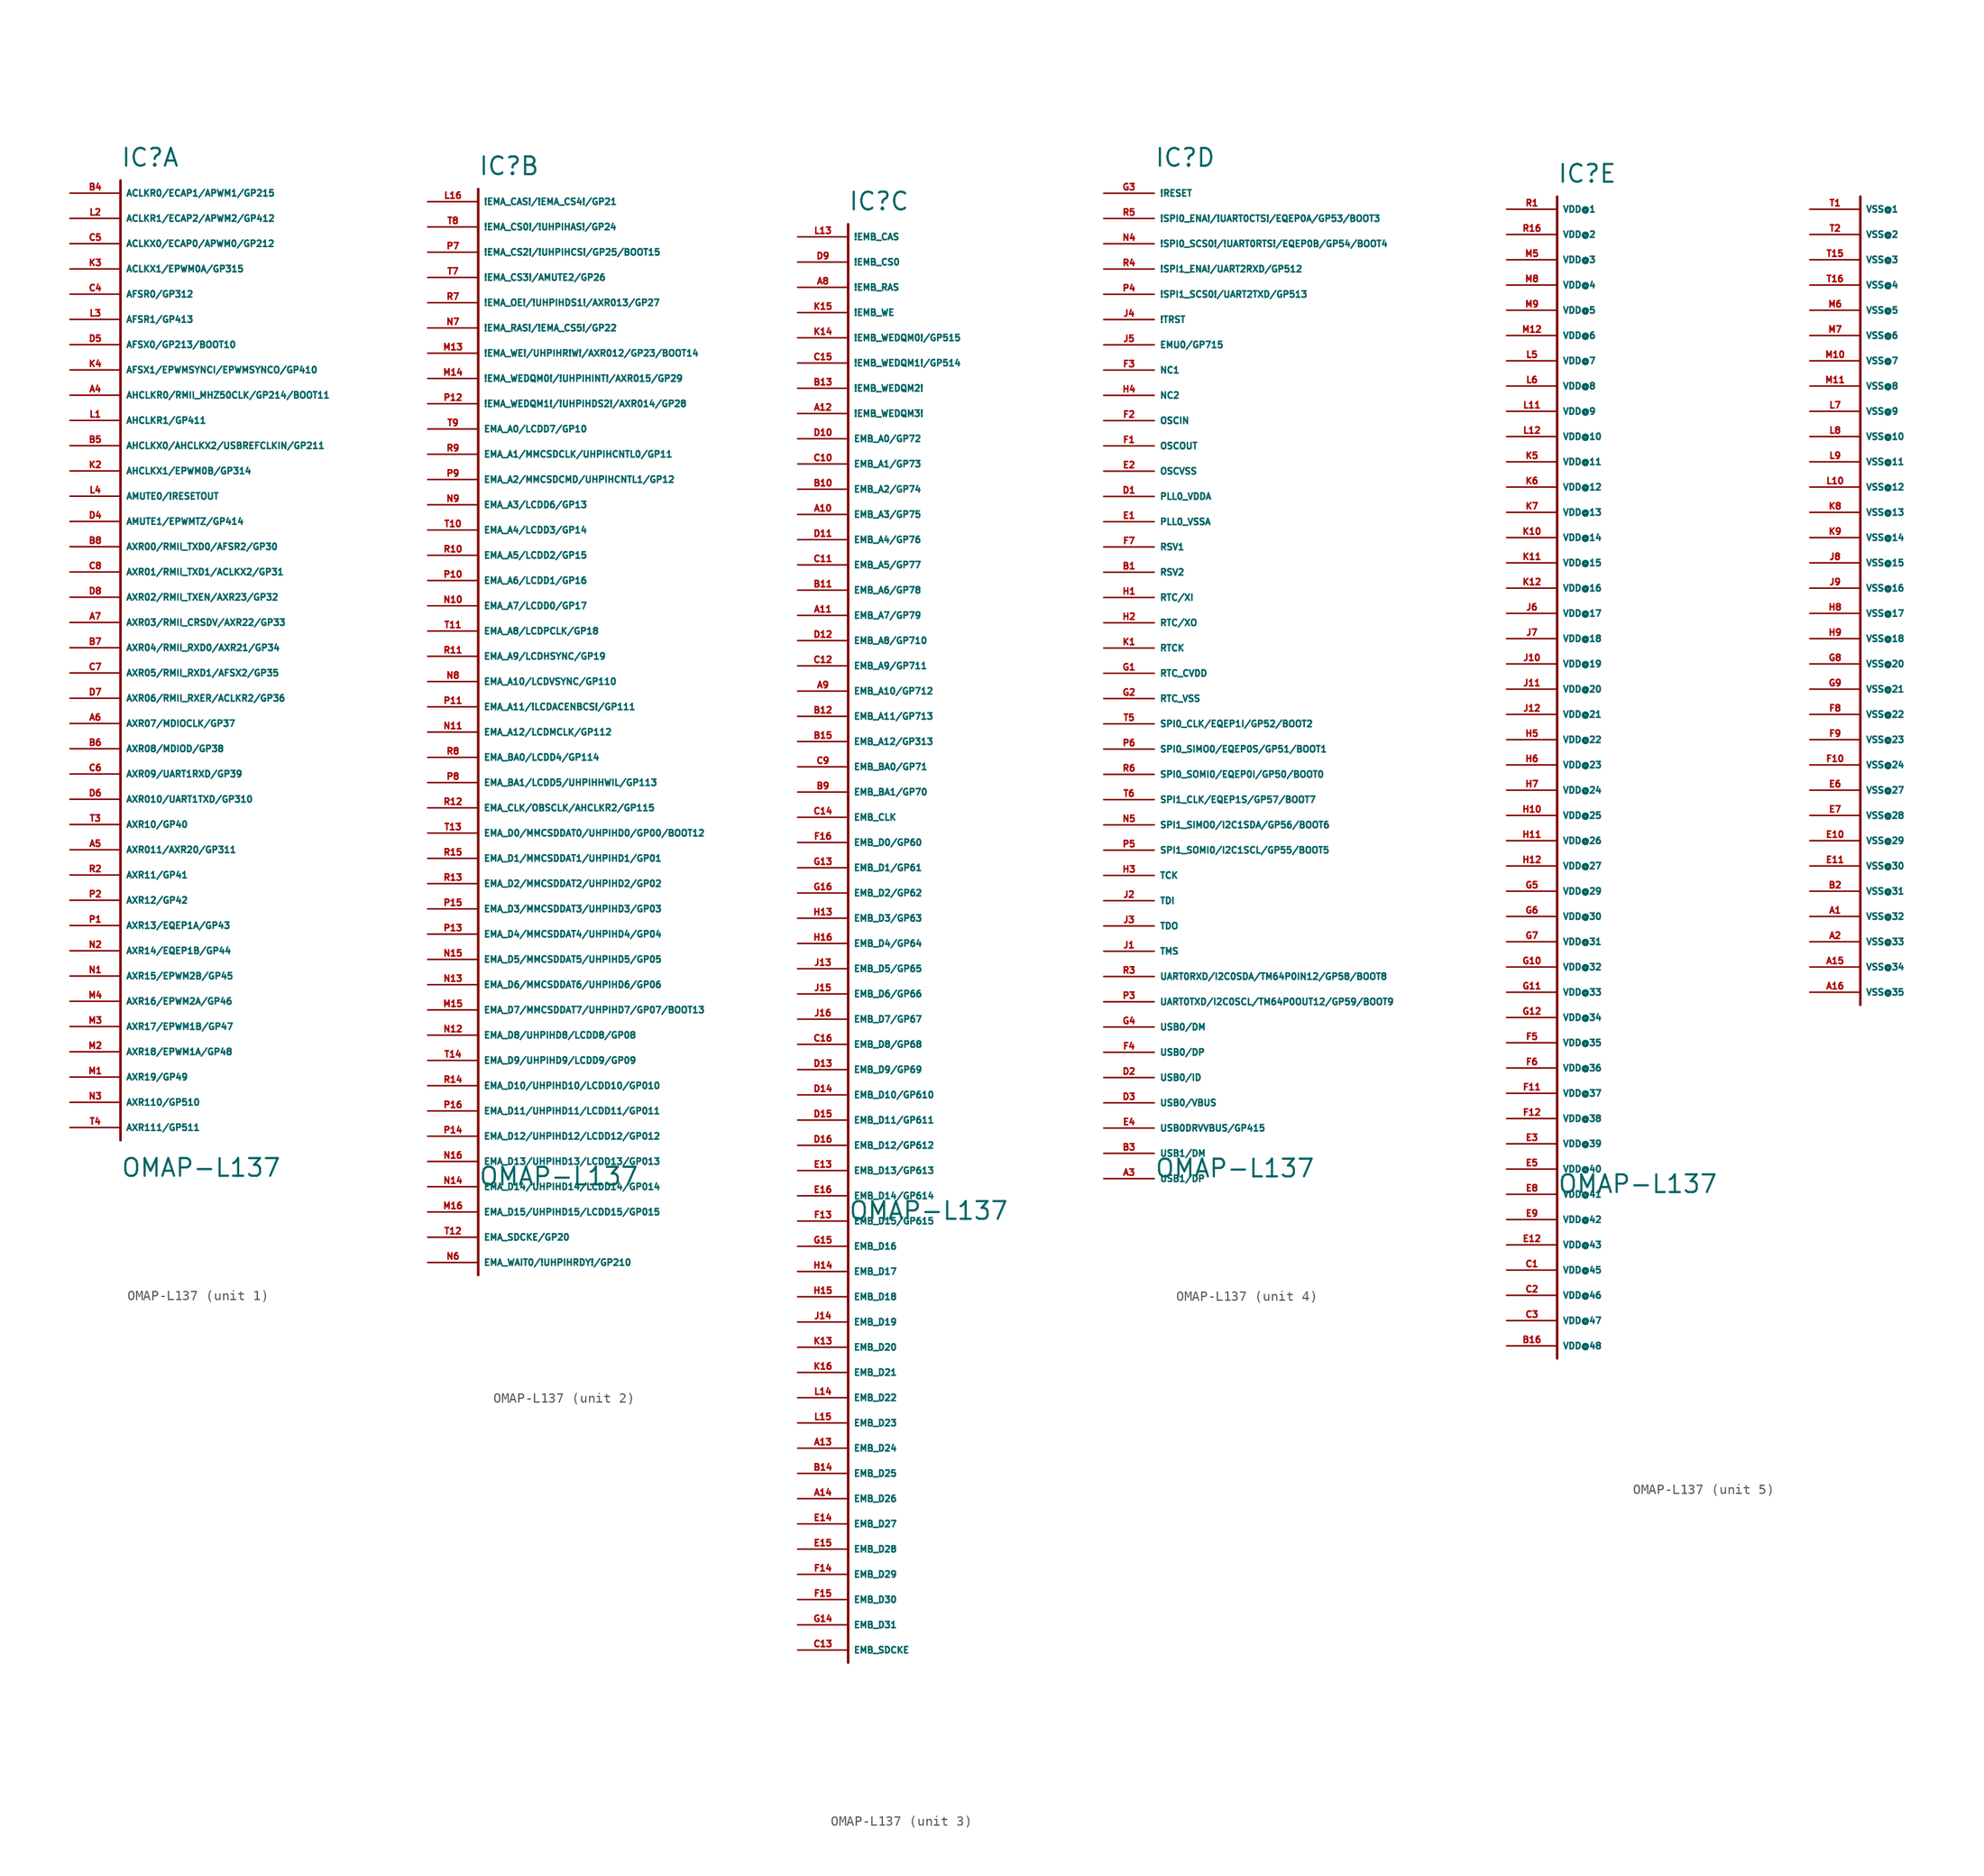
<source format=kicad_sym>
(kicad_symbol_lib
  (version 20220914)
  (generator Eagle2Kicad)
  (symbol "OMAP-L137"
    (property "Reference" "IC"
      (at 0 2.54 0)
      (effects (font (size 1.778 1.778) (thickness 0.22)) (justify left bottom)))
    (property "Value" "OMAP-L137"
      (at 0 -99.06 0)
      (effects (font (size 1.778 1.778) (thickness 0.22)) (justify left bottom)))
    (symbol "OMAP-L137_1_0"
      (polyline (pts (xy 0 1.27) (xy 0 -95.25)) (stroke (width 0.254) (type default)) (fill (type none)))
      (pin bidirectional line (at -5.08 0 0) (length 5.08) (name "ACLKR0/ECAP1/APWM1/GP215" (effects (font (size 0.635 0.635) (thickness 0.08)) (justify left bottom))) (number "B4" (effects (font (size 0.635 0.635) (thickness 0.08)) (justify left bottom))))
      (pin bidirectional line (at -5.08 -2.54 0) (length 5.08) (name "ACLKR1/ECAP2/APWM2/GP412" (effects (font (size 0.635 0.635) (thickness 0.08)) (justify left bottom))) (number "L2" (effects (font (size 0.635 0.635) (thickness 0.08)) (justify left bottom))))
      (pin bidirectional line (at -5.08 -5.08 0) (length 5.08) (name "ACLKX0/ECAP0/APWM0/GP212" (effects (font (size 0.635 0.635) (thickness 0.08)) (justify left bottom))) (number "C5" (effects (font (size 0.635 0.635) (thickness 0.08)) (justify left bottom))))
      (pin bidirectional line (at -5.08 -7.62 0) (length 5.08) (name "ACLKX1/EPWM0A/GP315" (effects (font (size 0.635 0.635) (thickness 0.08)) (justify left bottom))) (number "K3" (effects (font (size 0.635 0.635) (thickness 0.08)) (justify left bottom))))
      (pin bidirectional line (at -5.08 -10.16 0) (length 5.08) (name "AFSR0/GP312" (effects (font (size 0.635 0.635) (thickness 0.08)) (justify left bottom))) (number "C4" (effects (font (size 0.635 0.635) (thickness 0.08)) (justify left bottom))))
      (pin bidirectional line (at -5.08 -12.7 0) (length 5.08) (name "AFSR1/GP413" (effects (font (size 0.635 0.635) (thickness 0.08)) (justify left bottom))) (number "L3" (effects (font (size 0.635 0.635) (thickness 0.08)) (justify left bottom))))
      (pin bidirectional line (at -5.08 -15.24 0) (length 5.08) (name "AFSX0/GP213/BOOT10" (effects (font (size 0.635 0.635) (thickness 0.08)) (justify left bottom))) (number "D5" (effects (font (size 0.635 0.635) (thickness 0.08)) (justify left bottom))))
      (pin bidirectional line (at -5.08 -17.78 0) (length 5.08) (name "AFSX1/EPWMSYNCI/EPWMSYNCO/GP410" (effects (font (size 0.635 0.635) (thickness 0.08)) (justify left bottom))) (number "K4" (effects (font (size 0.635 0.635) (thickness 0.08)) (justify left bottom))))
      (pin bidirectional line (at -5.08 -20.32 0) (length 5.08) (name "AHCLKR0/RMII_MHZ50CLK/GP214/BOOT11" (effects (font (size 0.635 0.635) (thickness 0.08)) (justify left bottom))) (number "A4" (effects (font (size 0.635 0.635) (thickness 0.08)) (justify left bottom))))
      (pin bidirectional line (at -5.08 -22.86 0) (length 5.08) (name "AHCLKR1/GP411" (effects (font (size 0.635 0.635) (thickness 0.08)) (justify left bottom))) (number "L1" (effects (font (size 0.635 0.635) (thickness 0.08)) (justify left bottom))))
      (pin bidirectional line (at -5.08 -25.4 0) (length 5.08) (name "AHCLKX0/AHCLKX2/USBREFCLKIN/GP211" (effects (font (size 0.635 0.635) (thickness 0.08)) (justify left bottom))) (number "B5" (effects (font (size 0.635 0.635) (thickness 0.08)) (justify left bottom))))
      (pin bidirectional line (at -5.08 -27.94 0) (length 5.08) (name "AHCLKX1/EPWM0B/GP314" (effects (font (size 0.635 0.635) (thickness 0.08)) (justify left bottom))) (number "K2" (effects (font (size 0.635 0.635) (thickness 0.08)) (justify left bottom))))
      (pin bidirectional line (at -5.08 -30.48 0) (length 5.08) (name "AMUTE0/!RESETOUT" (effects (font (size 0.635 0.635) (thickness 0.08)) (justify left bottom))) (number "L4" (effects (font (size 0.635 0.635) (thickness 0.08)) (justify left bottom))))
      (pin bidirectional line (at -5.08 -33.02 0) (length 5.08) (name "AMUTE1/EPWMTZ/GP414" (effects (font (size 0.635 0.635) (thickness 0.08)) (justify left bottom))) (number "D4" (effects (font (size 0.635 0.635) (thickness 0.08)) (justify left bottom))))
      (pin bidirectional line (at -5.08 -35.56 0) (length 5.08) (name "AXR00/RMII_TXD0/AFSR2/GP30" (effects (font (size 0.635 0.635) (thickness 0.08)) (justify left bottom))) (number "B8" (effects (font (size 0.635 0.635) (thickness 0.08)) (justify left bottom))))
      (pin bidirectional line (at -5.08 -38.1 0) (length 5.08) (name "AXR01/RMII_TXD1/ACLKX2/GP31" (effects (font (size 0.635 0.635) (thickness 0.08)) (justify left bottom))) (number "C8" (effects (font (size 0.635 0.635) (thickness 0.08)) (justify left bottom))))
      (pin bidirectional line (at -5.08 -40.64 0) (length 5.08) (name "AXR02/RMII_TXEN/AXR23/GP32" (effects (font (size 0.635 0.635) (thickness 0.08)) (justify left bottom))) (number "D8" (effects (font (size 0.635 0.635) (thickness 0.08)) (justify left bottom))))
      (pin bidirectional line (at -5.08 -43.18 0) (length 5.08) (name "AXR03/RMII_CRSDV/AXR22/GP33" (effects (font (size 0.635 0.635) (thickness 0.08)) (justify left bottom))) (number "A7" (effects (font (size 0.635 0.635) (thickness 0.08)) (justify left bottom))))
      (pin bidirectional line (at -5.08 -45.72 0) (length 5.08) (name "AXR04/RMII_RXD0/AXR21/GP34" (effects (font (size 0.635 0.635) (thickness 0.08)) (justify left bottom))) (number "B7" (effects (font (size 0.635 0.635) (thickness 0.08)) (justify left bottom))))
      (pin bidirectional line (at -5.08 -48.26 0) (length 5.08) (name "AXR05/RMII_RXD1/AFSX2/GP35" (effects (font (size 0.635 0.635) (thickness 0.08)) (justify left bottom))) (number "C7" (effects (font (size 0.635 0.635) (thickness 0.08)) (justify left bottom))))
      (pin bidirectional line (at -5.08 -50.8 0) (length 5.08) (name "AXR06/RMII_RXER/ACLKR2/GP36" (effects (font (size 0.635 0.635) (thickness 0.08)) (justify left bottom))) (number "D7" (effects (font (size 0.635 0.635) (thickness 0.08)) (justify left bottom))))
      (pin bidirectional line (at -5.08 -53.34 0) (length 5.08) (name "AXR07/MDIOCLK/GP37" (effects (font (size 0.635 0.635) (thickness 0.08)) (justify left bottom))) (number "A6" (effects (font (size 0.635 0.635) (thickness 0.08)) (justify left bottom))))
      (pin bidirectional line (at -5.08 -55.88 0) (length 5.08) (name "AXR08/MDIOD/GP38" (effects (font (size 0.635 0.635) (thickness 0.08)) (justify left bottom))) (number "B6" (effects (font (size 0.635 0.635) (thickness 0.08)) (justify left bottom))))
      (pin bidirectional line (at -5.08 -58.42 0) (length 5.08) (name "AXR09/UART1RXD/GP39" (effects (font (size 0.635 0.635) (thickness 0.08)) (justify left bottom))) (number "C6" (effects (font (size 0.635 0.635) (thickness 0.08)) (justify left bottom))))
      (pin bidirectional line (at -5.08 -60.96 0) (length 5.08) (name "AXR010/UART1TXD/GP310" (effects (font (size 0.635 0.635) (thickness 0.08)) (justify left bottom))) (number "D6" (effects (font (size 0.635 0.635) (thickness 0.08)) (justify left bottom))))
      (pin bidirectional line (at -5.08 -63.5 0) (length 5.08) (name "AXR10/GP40" (effects (font (size 0.635 0.635) (thickness 0.08)) (justify left bottom))) (number "T3" (effects (font (size 0.635 0.635) (thickness 0.08)) (justify left bottom))))
      (pin bidirectional line (at -5.08 -66.04 0) (length 5.08) (name "AXR011/AXR20/GP311" (effects (font (size 0.635 0.635) (thickness 0.08)) (justify left bottom))) (number "A5" (effects (font (size 0.635 0.635) (thickness 0.08)) (justify left bottom))))
      (pin bidirectional line (at -5.08 -68.58 0) (length 5.08) (name "AXR11/GP41" (effects (font (size 0.635 0.635) (thickness 0.08)) (justify left bottom))) (number "R2" (effects (font (size 0.635 0.635) (thickness 0.08)) (justify left bottom))))
      (pin bidirectional line (at -5.08 -71.12 0) (length 5.08) (name "AXR12/GP42" (effects (font (size 0.635 0.635) (thickness 0.08)) (justify left bottom))) (number "P2" (effects (font (size 0.635 0.635) (thickness 0.08)) (justify left bottom))))
      (pin bidirectional line (at -5.08 -73.66 0) (length 5.08) (name "AXR13/EQEP1A/GP43" (effects (font (size 0.635 0.635) (thickness 0.08)) (justify left bottom))) (number "P1" (effects (font (size 0.635 0.635) (thickness 0.08)) (justify left bottom))))
      (pin bidirectional line (at -5.08 -76.2 0) (length 5.08) (name "AXR14/EQEP1B/GP44" (effects (font (size 0.635 0.635) (thickness 0.08)) (justify left bottom))) (number "N2" (effects (font (size 0.635 0.635) (thickness 0.08)) (justify left bottom))))
      (pin bidirectional line (at -5.08 -78.74 0) (length 5.08) (name "AXR15/EPWM2B/GP45" (effects (font (size 0.635 0.635) (thickness 0.08)) (justify left bottom))) (number "N1" (effects (font (size 0.635 0.635) (thickness 0.08)) (justify left bottom))))
      (pin bidirectional line (at -5.08 -81.28 0) (length 5.08) (name "AXR16/EPWM2A/GP46" (effects (font (size 0.635 0.635) (thickness 0.08)) (justify left bottom))) (number "M4" (effects (font (size 0.635 0.635) (thickness 0.08)) (justify left bottom))))
      (pin bidirectional line (at -5.08 -83.82 0) (length 5.08) (name "AXR17/EPWM1B/GP47" (effects (font (size 0.635 0.635) (thickness 0.08)) (justify left bottom))) (number "M3" (effects (font (size 0.635 0.635) (thickness 0.08)) (justify left bottom))))
      (pin bidirectional line (at -5.08 -86.36 0) (length 5.08) (name "AXR18/EPWM1A/GP48" (effects (font (size 0.635 0.635) (thickness 0.08)) (justify left bottom))) (number "M2" (effects (font (size 0.635 0.635) (thickness 0.08)) (justify left bottom))))
      (pin bidirectional line (at -5.08 -88.9 0) (length 5.08) (name "AXR19/GP49" (effects (font (size 0.635 0.635) (thickness 0.08)) (justify left bottom))) (number "M1" (effects (font (size 0.635 0.635) (thickness 0.08)) (justify left bottom))))
      (pin bidirectional line (at -5.08 -91.44 0) (length 5.08) (name "AXR110/GP510" (effects (font (size 0.635 0.635) (thickness 0.08)) (justify left bottom))) (number "N3" (effects (font (size 0.635 0.635) (thickness 0.08)) (justify left bottom))))
      (pin bidirectional line (at -5.08 -93.98 0) (length 5.08) (name "AXR111/GP511" (effects (font (size 0.635 0.635) (thickness 0.08)) (justify left bottom))) (number "T4" (effects (font (size 0.635 0.635) (thickness 0.08)) (justify left bottom)))))
    (symbol "OMAP-L137_2_0"
      (polyline (pts (xy 0 1.27) (xy 0 -107.95)) (stroke (width 0.254) (type default)) (fill (type none)))
      (pin bidirectional line (at -5.08 0 0) (length 5.08) (name "!EMA_CAS!/!EMA_CS4!/GP21" (effects (font (size 0.635 0.635) (thickness 0.08)) (justify left bottom))) (number "L16" (effects (font (size 0.635 0.635) (thickness 0.08)) (justify left bottom))))
      (pin bidirectional line (at -5.08 -2.54 0) (length 5.08) (name "!EMA_CS0!/!UHPIHAS!/GP24" (effects (font (size 0.635 0.635) (thickness 0.08)) (justify left bottom))) (number "T8" (effects (font (size 0.635 0.635) (thickness 0.08)) (justify left bottom))))
      (pin bidirectional line (at -5.08 -5.08 0) (length 5.08) (name "!EMA_CS2!/!UHPIHCS!/GP25/BOOT15" (effects (font (size 0.635 0.635) (thickness 0.08)) (justify left bottom))) (number "P7" (effects (font (size 0.635 0.635) (thickness 0.08)) (justify left bottom))))
      (pin bidirectional line (at -5.08 -7.62 0) (length 5.08) (name "!EMA_CS3!/AMUTE2/GP26" (effects (font (size 0.635 0.635) (thickness 0.08)) (justify left bottom))) (number "T7" (effects (font (size 0.635 0.635) (thickness 0.08)) (justify left bottom))))
      (pin bidirectional line (at -5.08 -10.16 0) (length 5.08) (name "!EMA_OE!/!UHPIHDS1!/AXR013/GP27" (effects (font (size 0.635 0.635) (thickness 0.08)) (justify left bottom))) (number "R7" (effects (font (size 0.635 0.635) (thickness 0.08)) (justify left bottom))))
      (pin bidirectional line (at -5.08 -12.7 0) (length 5.08) (name "!EMA_RAS!/!EMA_CS5!/GP22" (effects (font (size 0.635 0.635) (thickness 0.08)) (justify left bottom))) (number "N7" (effects (font (size 0.635 0.635) (thickness 0.08)) (justify left bottom))))
      (pin bidirectional line (at -5.08 -15.24 0) (length 5.08) (name "!EMA_WE!/UHPIHR!W!/AXR012/GP23/BOOT14" (effects (font (size 0.635 0.635) (thickness 0.08)) (justify left bottom))) (number "M13" (effects (font (size 0.635 0.635) (thickness 0.08)) (justify left bottom))))
      (pin bidirectional line (at -5.08 -17.78 0) (length 5.08) (name "!EMA_WEDQM0!/!UHPIHINT!/AXR015/GP29" (effects (font (size 0.635 0.635) (thickness 0.08)) (justify left bottom))) (number "M14" (effects (font (size 0.635 0.635) (thickness 0.08)) (justify left bottom))))
      (pin bidirectional line (at -5.08 -20.32 0) (length 5.08) (name "!EMA_WEDQM1!/!UHPIHDS2!/AXR014/GP28" (effects (font (size 0.635 0.635) (thickness 0.08)) (justify left bottom))) (number "P12" (effects (font (size 0.635 0.635) (thickness 0.08)) (justify left bottom))))
      (pin bidirectional line (at -5.08 -22.86 0) (length 5.08) (name "EMA_A0/LCDD7/GP10" (effects (font (size 0.635 0.635) (thickness 0.08)) (justify left bottom))) (number "T9" (effects (font (size 0.635 0.635) (thickness 0.08)) (justify left bottom))))
      (pin bidirectional line (at -5.08 -25.4 0) (length 5.08) (name "EMA_A1/MMCSDCLK/UHPIHCNTL0/GP11" (effects (font (size 0.635 0.635) (thickness 0.08)) (justify left bottom))) (number "R9" (effects (font (size 0.635 0.635) (thickness 0.08)) (justify left bottom))))
      (pin bidirectional line (at -5.08 -27.94 0) (length 5.08) (name "EMA_A2/MMCSDCMD/UHPIHCNTL1/GP12" (effects (font (size 0.635 0.635) (thickness 0.08)) (justify left bottom))) (number "P9" (effects (font (size 0.635 0.635) (thickness 0.08)) (justify left bottom))))
      (pin bidirectional line (at -5.08 -30.48 0) (length 5.08) (name "EMA_A3/LCDD6/GP13" (effects (font (size 0.635 0.635) (thickness 0.08)) (justify left bottom))) (number "N9" (effects (font (size 0.635 0.635) (thickness 0.08)) (justify left bottom))))
      (pin bidirectional line (at -5.08 -33.02 0) (length 5.08) (name "EMA_A4/LCDD3/GP14" (effects (font (size 0.635 0.635) (thickness 0.08)) (justify left bottom))) (number "T10" (effects (font (size 0.635 0.635) (thickness 0.08)) (justify left bottom))))
      (pin bidirectional line (at -5.08 -35.56 0) (length 5.08) (name "EMA_A5/LCDD2/GP15" (effects (font (size 0.635 0.635) (thickness 0.08)) (justify left bottom))) (number "R10" (effects (font (size 0.635 0.635) (thickness 0.08)) (justify left bottom))))
      (pin bidirectional line (at -5.08 -38.1 0) (length 5.08) (name "EMA_A6/LCDD1/GP16" (effects (font (size 0.635 0.635) (thickness 0.08)) (justify left bottom))) (number "P10" (effects (font (size 0.635 0.635) (thickness 0.08)) (justify left bottom))))
      (pin bidirectional line (at -5.08 -40.64 0) (length 5.08) (name "EMA_A7/LCDD0/GP17" (effects (font (size 0.635 0.635) (thickness 0.08)) (justify left bottom))) (number "N10" (effects (font (size 0.635 0.635) (thickness 0.08)) (justify left bottom))))
      (pin bidirectional line (at -5.08 -43.18 0) (length 5.08) (name "EMA_A8/LCDPCLK/GP18" (effects (font (size 0.635 0.635) (thickness 0.08)) (justify left bottom))) (number "T11" (effects (font (size 0.635 0.635) (thickness 0.08)) (justify left bottom))))
      (pin bidirectional line (at -5.08 -45.72 0) (length 5.08) (name "EMA_A9/LCDHSYNC/GP19" (effects (font (size 0.635 0.635) (thickness 0.08)) (justify left bottom))) (number "R11" (effects (font (size 0.635 0.635) (thickness 0.08)) (justify left bottom))))
      (pin bidirectional line (at -5.08 -48.26 0) (length 5.08) (name "EMA_A10/LCDVSYNC/GP110" (effects (font (size 0.635 0.635) (thickness 0.08)) (justify left bottom))) (number "N8" (effects (font (size 0.635 0.635) (thickness 0.08)) (justify left bottom))))
      (pin bidirectional line (at -5.08 -50.8 0) (length 5.08) (name "EMA_A11/!LCDACENBCS!/GP111" (effects (font (size 0.635 0.635) (thickness 0.08)) (justify left bottom))) (number "P11" (effects (font (size 0.635 0.635) (thickness 0.08)) (justify left bottom))))
      (pin bidirectional line (at -5.08 -53.34 0) (length 5.08) (name "EMA_A12/LCDMCLK/GP112" (effects (font (size 0.635 0.635) (thickness 0.08)) (justify left bottom))) (number "N11" (effects (font (size 0.635 0.635) (thickness 0.08)) (justify left bottom))))
      (pin bidirectional line (at -5.08 -55.88 0) (length 5.08) (name "EMA_BA0/LCDD4/GP114" (effects (font (size 0.635 0.635) (thickness 0.08)) (justify left bottom))) (number "R8" (effects (font (size 0.635 0.635) (thickness 0.08)) (justify left bottom))))
      (pin bidirectional line (at -5.08 -58.42 0) (length 5.08) (name "EMA_BA1/LCDD5/UHPIHHWIL/GP113" (effects (font (size 0.635 0.635) (thickness 0.08)) (justify left bottom))) (number "P8" (effects (font (size 0.635 0.635) (thickness 0.08)) (justify left bottom))))
      (pin bidirectional line (at -5.08 -60.96 0) (length 5.08) (name "EMA_CLK/OBSCLK/AHCLKR2/GP115" (effects (font (size 0.635 0.635) (thickness 0.08)) (justify left bottom))) (number "R12" (effects (font (size 0.635 0.635) (thickness 0.08)) (justify left bottom))))
      (pin bidirectional line (at -5.08 -63.5 0) (length 5.08) (name "EMA_D0/MMCSDDAT0/UHPIHD0/GP00/BOOT12" (effects (font (size 0.635 0.635) (thickness 0.08)) (justify left bottom))) (number "T13" (effects (font (size 0.635 0.635) (thickness 0.08)) (justify left bottom))))
      (pin bidirectional line (at -5.08 -66.04 0) (length 5.08) (name "EMA_D1/MMCSDDAT1/UHPIHD1/GP01" (effects (font (size 0.635 0.635) (thickness 0.08)) (justify left bottom))) (number "R15" (effects (font (size 0.635 0.635) (thickness 0.08)) (justify left bottom))))
      (pin bidirectional line (at -5.08 -68.58 0) (length 5.08) (name "EMA_D2/MMCSDDAT2/UHPIHD2/GP02" (effects (font (size 0.635 0.635) (thickness 0.08)) (justify left bottom))) (number "R13" (effects (font (size 0.635 0.635) (thickness 0.08)) (justify left bottom))))
      (pin bidirectional line (at -5.08 -71.12 0) (length 5.08) (name "EMA_D3/MMCSDDAT3/UHPIHD3/GP03" (effects (font (size 0.635 0.635) (thickness 0.08)) (justify left bottom))) (number "P15" (effects (font (size 0.635 0.635) (thickness 0.08)) (justify left bottom))))
      (pin bidirectional line (at -5.08 -73.66 0) (length 5.08) (name "EMA_D4/MMCSDDAT4/UHPIHD4/GP04" (effects (font (size 0.635 0.635) (thickness 0.08)) (justify left bottom))) (number "P13" (effects (font (size 0.635 0.635) (thickness 0.08)) (justify left bottom))))
      (pin bidirectional line (at -5.08 -76.2 0) (length 5.08) (name "EMA_D5/MMCSDDAT5/UHPIHD5/GP05" (effects (font (size 0.635 0.635) (thickness 0.08)) (justify left bottom))) (number "N15" (effects (font (size 0.635 0.635) (thickness 0.08)) (justify left bottom))))
      (pin bidirectional line (at -5.08 -78.74 0) (length 5.08) (name "EMA_D6/MMCSDDAT6/UHPIHD6/GP06" (effects (font (size 0.635 0.635) (thickness 0.08)) (justify left bottom))) (number "N13" (effects (font (size 0.635 0.635) (thickness 0.08)) (justify left bottom))))
      (pin bidirectional line (at -5.08 -81.28 0) (length 5.08) (name "EMA_D7/MMCSDDAT7/UHPIHD7/GP07/BOOT13" (effects (font (size 0.635 0.635) (thickness 0.08)) (justify left bottom))) (number "M15" (effects (font (size 0.635 0.635) (thickness 0.08)) (justify left bottom))))
      (pin bidirectional line (at -5.08 -83.82 0) (length 5.08) (name "EMA_D8/UHPIHD8/LCDD8/GP08" (effects (font (size 0.635 0.635) (thickness 0.08)) (justify left bottom))) (number "N12" (effects (font (size 0.635 0.635) (thickness 0.08)) (justify left bottom))))
      (pin bidirectional line (at -5.08 -86.36 0) (length 5.08) (name "EMA_D9/UHPIHD9/LCDD9/GP09" (effects (font (size 0.635 0.635) (thickness 0.08)) (justify left bottom))) (number "T14" (effects (font (size 0.635 0.635) (thickness 0.08)) (justify left bottom))))
      (pin bidirectional line (at -5.08 -88.9 0) (length 5.08) (name "EMA_D10/UHPIHD10/LCDD10/GP010" (effects (font (size 0.635 0.635) (thickness 0.08)) (justify left bottom))) (number "R14" (effects (font (size 0.635 0.635) (thickness 0.08)) (justify left bottom))))
      (pin bidirectional line (at -5.08 -91.44 0) (length 5.08) (name "EMA_D11/UHPIHD11/LCDD11/GP011" (effects (font (size 0.635 0.635) (thickness 0.08)) (justify left bottom))) (number "P16" (effects (font (size 0.635 0.635) (thickness 0.08)) (justify left bottom))))
      (pin bidirectional line (at -5.08 -93.98 0) (length 5.08) (name "EMA_D12/UHPIHD12/LCDD12/GP012" (effects (font (size 0.635 0.635) (thickness 0.08)) (justify left bottom))) (number "P14" (effects (font (size 0.635 0.635) (thickness 0.08)) (justify left bottom))))
      (pin bidirectional line (at -5.08 -96.52 0) (length 5.08) (name "EMA_D13/UHPIHD13/LCDD13/GP013" (effects (font (size 0.635 0.635) (thickness 0.08)) (justify left bottom))) (number "N16" (effects (font (size 0.635 0.635) (thickness 0.08)) (justify left bottom))))
      (pin bidirectional line (at -5.08 -99.06 0) (length 5.08) (name "EMA_D14/UHPIHD14/LCDD14/GP014" (effects (font (size 0.635 0.635) (thickness 0.08)) (justify left bottom))) (number "N14" (effects (font (size 0.635 0.635) (thickness 0.08)) (justify left bottom))))
      (pin bidirectional line (at -5.08 -101.6 0) (length 5.08) (name "EMA_D15/UHPIHD15/LCDD15/GP015" (effects (font (size 0.635 0.635) (thickness 0.08)) (justify left bottom))) (number "M16" (effects (font (size 0.635 0.635) (thickness 0.08)) (justify left bottom))))
      (pin bidirectional line (at -5.08 -104.14 0) (length 5.08) (name "EMA_SDCKE/GP20" (effects (font (size 0.635 0.635) (thickness 0.08)) (justify left bottom))) (number "T12" (effects (font (size 0.635 0.635) (thickness 0.08)) (justify left bottom))))
      (pin bidirectional line (at -5.08 -106.68 0) (length 5.08) (name "EMA_WAIT0/!UHPIHRDY!/GP210" (effects (font (size 0.635 0.635) (thickness 0.08)) (justify left bottom))) (number "N6" (effects (font (size 0.635 0.635) (thickness 0.08)) (justify left bottom)))))
    (symbol "OMAP-L137_3_0"
      (polyline (pts (xy 0 -143.51) (xy 0 1.27)) (stroke (width 0.254) (type default)) (fill (type none)))
      (pin bidirectional line (at -5.08 0 0) (length 5.08) (name "!EMB_CAS" (effects (font (size 0.635 0.635) (thickness 0.08)) (justify left bottom))) (number "L13" (effects (font (size 0.635 0.635) (thickness 0.08)) (justify left bottom))))
      (pin bidirectional line (at -5.08 -2.54 0) (length 5.08) (name "!EMB_CS0" (effects (font (size 0.635 0.635) (thickness 0.08)) (justify left bottom))) (number "D9" (effects (font (size 0.635 0.635) (thickness 0.08)) (justify left bottom))))
      (pin bidirectional line (at -5.08 -5.08 0) (length 5.08) (name "!EMB_RAS" (effects (font (size 0.635 0.635) (thickness 0.08)) (justify left bottom))) (number "A8" (effects (font (size 0.635 0.635) (thickness 0.08)) (justify left bottom))))
      (pin bidirectional line (at -5.08 -7.62 0) (length 5.08) (name "!EMB_WE" (effects (font (size 0.635 0.635) (thickness 0.08)) (justify left bottom))) (number "K15" (effects (font (size 0.635 0.635) (thickness 0.08)) (justify left bottom))))
      (pin bidirectional line (at -5.08 -10.16 0) (length 5.08) (name "!EMB_WEDQM0!/GP515" (effects (font (size 0.635 0.635) (thickness 0.08)) (justify left bottom))) (number "K14" (effects (font (size 0.635 0.635) (thickness 0.08)) (justify left bottom))))
      (pin bidirectional line (at -5.08 -12.7 0) (length 5.08) (name "!EMB_WEDQM1!/GP514" (effects (font (size 0.635 0.635) (thickness 0.08)) (justify left bottom))) (number "C15" (effects (font (size 0.635 0.635) (thickness 0.08)) (justify left bottom))))
      (pin bidirectional line (at -5.08 -15.24 0) (length 5.08) (name "!EMB_WEDQM2!" (effects (font (size 0.635 0.635) (thickness 0.08)) (justify left bottom))) (number "B13" (effects (font (size 0.635 0.635) (thickness 0.08)) (justify left bottom))))
      (pin bidirectional line (at -5.08 -17.78 0) (length 5.08) (name "!EMB_WEDQM3!" (effects (font (size 0.635 0.635) (thickness 0.08)) (justify left bottom))) (number "A12" (effects (font (size 0.635 0.635) (thickness 0.08)) (justify left bottom))))
      (pin bidirectional line (at -5.08 -20.32 0) (length 5.08) (name "EMB_A0/GP72" (effects (font (size 0.635 0.635) (thickness 0.08)) (justify left bottom))) (number "D10" (effects (font (size 0.635 0.635) (thickness 0.08)) (justify left bottom))))
      (pin bidirectional line (at -5.08 -22.86 0) (length 5.08) (name "EMB_A1/GP73" (effects (font (size 0.635 0.635) (thickness 0.08)) (justify left bottom))) (number "C10" (effects (font (size 0.635 0.635) (thickness 0.08)) (justify left bottom))))
      (pin bidirectional line (at -5.08 -25.4 0) (length 5.08) (name "EMB_A2/GP74" (effects (font (size 0.635 0.635) (thickness 0.08)) (justify left bottom))) (number "B10" (effects (font (size 0.635 0.635) (thickness 0.08)) (justify left bottom))))
      (pin bidirectional line (at -5.08 -27.94 0) (length 5.08) (name "EMB_A3/GP75" (effects (font (size 0.635 0.635) (thickness 0.08)) (justify left bottom))) (number "A10" (effects (font (size 0.635 0.635) (thickness 0.08)) (justify left bottom))))
      (pin bidirectional line (at -5.08 -30.48 0) (length 5.08) (name "EMB_A4/GP76" (effects (font (size 0.635 0.635) (thickness 0.08)) (justify left bottom))) (number "D11" (effects (font (size 0.635 0.635) (thickness 0.08)) (justify left bottom))))
      (pin bidirectional line (at -5.08 -33.02 0) (length 5.08) (name "EMB_A5/GP77" (effects (font (size 0.635 0.635) (thickness 0.08)) (justify left bottom))) (number "C11" (effects (font (size 0.635 0.635) (thickness 0.08)) (justify left bottom))))
      (pin bidirectional line (at -5.08 -35.56 0) (length 5.08) (name "EMB_A6/GP78" (effects (font (size 0.635 0.635) (thickness 0.08)) (justify left bottom))) (number "B11" (effects (font (size 0.635 0.635) (thickness 0.08)) (justify left bottom))))
      (pin bidirectional line (at -5.08 -38.1 0) (length 5.08) (name "EMB_A7/GP79" (effects (font (size 0.635 0.635) (thickness 0.08)) (justify left bottom))) (number "A11" (effects (font (size 0.635 0.635) (thickness 0.08)) (justify left bottom))))
      (pin bidirectional line (at -5.08 -40.64 0) (length 5.08) (name "EMB_A8/GP710" (effects (font (size 0.635 0.635) (thickness 0.08)) (justify left bottom))) (number "D12" (effects (font (size 0.635 0.635) (thickness 0.08)) (justify left bottom))))
      (pin bidirectional line (at -5.08 -43.18 0) (length 5.08) (name "EMB_A9/GP711" (effects (font (size 0.635 0.635) (thickness 0.08)) (justify left bottom))) (number "C12" (effects (font (size 0.635 0.635) (thickness 0.08)) (justify left bottom))))
      (pin bidirectional line (at -5.08 -45.72 0) (length 5.08) (name "EMB_A10/GP712" (effects (font (size 0.635 0.635) (thickness 0.08)) (justify left bottom))) (number "A9" (effects (font (size 0.635 0.635) (thickness 0.08)) (justify left bottom))))
      (pin bidirectional line (at -5.08 -48.26 0) (length 5.08) (name "EMB_A11/GP713" (effects (font (size 0.635 0.635) (thickness 0.08)) (justify left bottom))) (number "B12" (effects (font (size 0.635 0.635) (thickness 0.08)) (justify left bottom))))
      (pin bidirectional line (at -5.08 -50.8 0) (length 5.08) (name "EMB_A12/GP313" (effects (font (size 0.635 0.635) (thickness 0.08)) (justify left bottom))) (number "B15" (effects (font (size 0.635 0.635) (thickness 0.08)) (justify left bottom))))
      (pin bidirectional line (at -5.08 -53.34 0) (length 5.08) (name "EMB_BA0/GP71" (effects (font (size 0.635 0.635) (thickness 0.08)) (justify left bottom))) (number "C9" (effects (font (size 0.635 0.635) (thickness 0.08)) (justify left bottom))))
      (pin bidirectional line (at -5.08 -55.88 0) (length 5.08) (name "EMB_BA1/GP70" (effects (font (size 0.635 0.635) (thickness 0.08)) (justify left bottom))) (number "B9" (effects (font (size 0.635 0.635) (thickness 0.08)) (justify left bottom))))
      (pin bidirectional line (at -5.08 -58.42 0) (length 5.08) (name "EMB_CLK" (effects (font (size 0.635 0.635) (thickness 0.08)) (justify left bottom))) (number "C14" (effects (font (size 0.635 0.635) (thickness 0.08)) (justify left bottom))))
      (pin bidirectional line (at -5.08 -60.96 0) (length 5.08) (name "EMB_D0/GP60" (effects (font (size 0.635 0.635) (thickness 0.08)) (justify left bottom))) (number "F16" (effects (font (size 0.635 0.635) (thickness 0.08)) (justify left bottom))))
      (pin bidirectional line (at -5.08 -63.5 0) (length 5.08) (name "EMB_D1/GP61" (effects (font (size 0.635 0.635) (thickness 0.08)) (justify left bottom))) (number "G13" (effects (font (size 0.635 0.635) (thickness 0.08)) (justify left bottom))))
      (pin bidirectional line (at -5.08 -66.04 0) (length 5.08) (name "EMB_D2/GP62" (effects (font (size 0.635 0.635) (thickness 0.08)) (justify left bottom))) (number "G16" (effects (font (size 0.635 0.635) (thickness 0.08)) (justify left bottom))))
      (pin bidirectional line (at -5.08 -68.58 0) (length 5.08) (name "EMB_D3/GP63" (effects (font (size 0.635 0.635) (thickness 0.08)) (justify left bottom))) (number "H13" (effects (font (size 0.635 0.635) (thickness 0.08)) (justify left bottom))))
      (pin bidirectional line (at -5.08 -71.12 0) (length 5.08) (name "EMB_D4/GP64" (effects (font (size 0.635 0.635) (thickness 0.08)) (justify left bottom))) (number "H16" (effects (font (size 0.635 0.635) (thickness 0.08)) (justify left bottom))))
      (pin bidirectional line (at -5.08 -73.66 0) (length 5.08) (name "EMB_D5/GP65" (effects (font (size 0.635 0.635) (thickness 0.08)) (justify left bottom))) (number "J13" (effects (font (size 0.635 0.635) (thickness 0.08)) (justify left bottom))))
      (pin bidirectional line (at -5.08 -76.2 0) (length 5.08) (name "EMB_D6/GP66" (effects (font (size 0.635 0.635) (thickness 0.08)) (justify left bottom))) (number "J15" (effects (font (size 0.635 0.635) (thickness 0.08)) (justify left bottom))))
      (pin bidirectional line (at -5.08 -78.74 0) (length 5.08) (name "EMB_D7/GP67" (effects (font (size 0.635 0.635) (thickness 0.08)) (justify left bottom))) (number "J16" (effects (font (size 0.635 0.635) (thickness 0.08)) (justify left bottom))))
      (pin bidirectional line (at -5.08 -81.28 0) (length 5.08) (name "EMB_D8/GP68" (effects (font (size 0.635 0.635) (thickness 0.08)) (justify left bottom))) (number "C16" (effects (font (size 0.635 0.635) (thickness 0.08)) (justify left bottom))))
      (pin bidirectional line (at -5.08 -83.82 0) (length 5.08) (name "EMB_D9/GP69" (effects (font (size 0.635 0.635) (thickness 0.08)) (justify left bottom))) (number "D13" (effects (font (size 0.635 0.635) (thickness 0.08)) (justify left bottom))))
      (pin bidirectional line (at -5.08 -86.36 0) (length 5.08) (name "EMB_D10/GP610" (effects (font (size 0.635 0.635) (thickness 0.08)) (justify left bottom))) (number "D14" (effects (font (size 0.635 0.635) (thickness 0.08)) (justify left bottom))))
      (pin bidirectional line (at -5.08 -88.9 0) (length 5.08) (name "EMB_D11/GP611" (effects (font (size 0.635 0.635) (thickness 0.08)) (justify left bottom))) (number "D15" (effects (font (size 0.635 0.635) (thickness 0.08)) (justify left bottom))))
      (pin bidirectional line (at -5.08 -91.44 0) (length 5.08) (name "EMB_D12/GP612" (effects (font (size 0.635 0.635) (thickness 0.08)) (justify left bottom))) (number "D16" (effects (font (size 0.635 0.635) (thickness 0.08)) (justify left bottom))))
      (pin bidirectional line (at -5.08 -93.98 0) (length 5.08) (name "EMB_D13/GP613" (effects (font (size 0.635 0.635) (thickness 0.08)) (justify left bottom))) (number "E13" (effects (font (size 0.635 0.635) (thickness 0.08)) (justify left bottom))))
      (pin bidirectional line (at -5.08 -96.52 0) (length 5.08) (name "EMB_D14/GP614" (effects (font (size 0.635 0.635) (thickness 0.08)) (justify left bottom))) (number "E16" (effects (font (size 0.635 0.635) (thickness 0.08)) (justify left bottom))))
      (pin bidirectional line (at -5.08 -99.06 0) (length 5.08) (name "EMB_D15/GP615" (effects (font (size 0.635 0.635) (thickness 0.08)) (justify left bottom))) (number "F13" (effects (font (size 0.635 0.635) (thickness 0.08)) (justify left bottom))))
      (pin bidirectional line (at -5.08 -101.6 0) (length 5.08) (name "EMB_D16" (effects (font (size 0.635 0.635) (thickness 0.08)) (justify left bottom))) (number "G15" (effects (font (size 0.635 0.635) (thickness 0.08)) (justify left bottom))))
      (pin bidirectional line (at -5.08 -104.14 0) (length 5.08) (name "EMB_D17" (effects (font (size 0.635 0.635) (thickness 0.08)) (justify left bottom))) (number "H14" (effects (font (size 0.635 0.635) (thickness 0.08)) (justify left bottom))))
      (pin bidirectional line (at -5.08 -106.68 0) (length 5.08) (name "EMB_D18" (effects (font (size 0.635 0.635) (thickness 0.08)) (justify left bottom))) (number "H15" (effects (font (size 0.635 0.635) (thickness 0.08)) (justify left bottom))))
      (pin bidirectional line (at -5.08 -109.22 0) (length 5.08) (name "EMB_D19" (effects (font (size 0.635 0.635) (thickness 0.08)) (justify left bottom))) (number "J14" (effects (font (size 0.635 0.635) (thickness 0.08)) (justify left bottom))))
      (pin bidirectional line (at -5.08 -111.76 0) (length 5.08) (name "EMB_D20" (effects (font (size 0.635 0.635) (thickness 0.08)) (justify left bottom))) (number "K13" (effects (font (size 0.635 0.635) (thickness 0.08)) (justify left bottom))))
      (pin bidirectional line (at -5.08 -114.3 0) (length 5.08) (name "EMB_D21" (effects (font (size 0.635 0.635) (thickness 0.08)) (justify left bottom))) (number "K16" (effects (font (size 0.635 0.635) (thickness 0.08)) (justify left bottom))))
      (pin bidirectional line (at -5.08 -116.84 0) (length 5.08) (name "EMB_D22" (effects (font (size 0.635 0.635) (thickness 0.08)) (justify left bottom))) (number "L14" (effects (font (size 0.635 0.635) (thickness 0.08)) (justify left bottom))))
      (pin bidirectional line (at -5.08 -119.38 0) (length 5.08) (name "EMB_D23" (effects (font (size 0.635 0.635) (thickness 0.08)) (justify left bottom))) (number "L15" (effects (font (size 0.635 0.635) (thickness 0.08)) (justify left bottom))))
      (pin bidirectional line (at -5.08 -121.92 0) (length 5.08) (name "EMB_D24" (effects (font (size 0.635 0.635) (thickness 0.08)) (justify left bottom))) (number "A13" (effects (font (size 0.635 0.635) (thickness 0.08)) (justify left bottom))))
      (pin bidirectional line (at -5.08 -124.46 0) (length 5.08) (name "EMB_D25" (effects (font (size 0.635 0.635) (thickness 0.08)) (justify left bottom))) (number "B14" (effects (font (size 0.635 0.635) (thickness 0.08)) (justify left bottom))))
      (pin bidirectional line (at -5.08 -127 0) (length 5.08) (name "EMB_D26" (effects (font (size 0.635 0.635) (thickness 0.08)) (justify left bottom))) (number "A14" (effects (font (size 0.635 0.635) (thickness 0.08)) (justify left bottom))))
      (pin bidirectional line (at -5.08 -129.54 0) (length 5.08) (name "EMB_D27" (effects (font (size 0.635 0.635) (thickness 0.08)) (justify left bottom))) (number "E14" (effects (font (size 0.635 0.635) (thickness 0.08)) (justify left bottom))))
      (pin bidirectional line (at -5.08 -132.08 0) (length 5.08) (name "EMB_D28" (effects (font (size 0.635 0.635) (thickness 0.08)) (justify left bottom))) (number "E15" (effects (font (size 0.635 0.635) (thickness 0.08)) (justify left bottom))))
      (pin bidirectional line (at -5.08 -134.62 0) (length 5.08) (name "EMB_D29" (effects (font (size 0.635 0.635) (thickness 0.08)) (justify left bottom))) (number "F14" (effects (font (size 0.635 0.635) (thickness 0.08)) (justify left bottom))))
      (pin bidirectional line (at -5.08 -137.16 0) (length 5.08) (name "EMB_D30" (effects (font (size 0.635 0.635) (thickness 0.08)) (justify left bottom))) (number "F15" (effects (font (size 0.635 0.635) (thickness 0.08)) (justify left bottom))))
      (pin bidirectional line (at -5.08 -139.7 0) (length 5.08) (name "EMB_D31" (effects (font (size 0.635 0.635) (thickness 0.08)) (justify left bottom))) (number "G14" (effects (font (size 0.635 0.635) (thickness 0.08)) (justify left bottom))))
      (pin bidirectional line (at -5.08 -142.24 0) (length 5.08) (name "EMB_SDCKE" (effects (font (size 0.635 0.635) (thickness 0.08)) (justify left bottom))) (number "C13" (effects (font (size 0.635 0.635) (thickness 0.08)) (justify left bottom)))))
    (symbol "OMAP-L137_4_0"
      (pin input line (at -5.08 0 0) (length 5.08) (name "!RESET" (effects (font (size 0.635 0.635) (thickness 0.08)) (justify left bottom))) (number "G3" (effects (font (size 0.635 0.635) (thickness 0.08)) (justify left bottom))))
      (pin bidirectional line (at -5.08 -2.54 0) (length 5.08) (name "!SPI0_ENA!/!UART0CTS!/EQEP0A/GP53/BOOT3" (effects (font (size 0.635 0.635) (thickness 0.08)) (justify left bottom))) (number "R5" (effects (font (size 0.635 0.635) (thickness 0.08)) (justify left bottom))))
      (pin bidirectional line (at -5.08 -5.08 0) (length 5.08) (name "!SPI0_SCS0!/!UART0RTS!/EQEP0B/GP54/BOOT4" (effects (font (size 0.635 0.635) (thickness 0.08)) (justify left bottom))) (number "N4" (effects (font (size 0.635 0.635) (thickness 0.08)) (justify left bottom))))
      (pin bidirectional line (at -5.08 -7.62 0) (length 5.08) (name "!SPI1_ENA!/UART2RXD/GP512" (effects (font (size 0.635 0.635) (thickness 0.08)) (justify left bottom))) (number "R4" (effects (font (size 0.635 0.635) (thickness 0.08)) (justify left bottom))))
      (pin bidirectional line (at -5.08 -10.16 0) (length 5.08) (name "!SPI1_SCS0!/UART2TXD/GP513" (effects (font (size 0.635 0.635) (thickness 0.08)) (justify left bottom))) (number "P4" (effects (font (size 0.635 0.635) (thickness 0.08)) (justify left bottom))))
      (pin input line (at -5.08 -12.7 0) (length 5.08) (name "!TRST" (effects (font (size 0.635 0.635) (thickness 0.08)) (justify left bottom))) (number "J4" (effects (font (size 0.635 0.635) (thickness 0.08)) (justify left bottom))))
      (pin bidirectional line (at -5.08 -15.24 0) (length 5.08) (name "EMU0/GP715" (effects (font (size 0.635 0.635) (thickness 0.08)) (justify left bottom))) (number "J5" (effects (font (size 0.635 0.635) (thickness 0.08)) (justify left bottom))))
      (pin passive line (at -5.08 -17.78 0) (length 5.08) (name "NC1" (effects (font (size 0.635 0.635) (thickness 0.08)) (justify left bottom))) (number "F3" (effects (font (size 0.635 0.635) (thickness 0.08)) (justify left bottom))))
      (pin passive line (at -5.08 -20.32 0) (length 5.08) (name "NC2" (effects (font (size 0.635 0.635) (thickness 0.08)) (justify left bottom))) (number "H4" (effects (font (size 0.635 0.635) (thickness 0.08)) (justify left bottom))))
      (pin passive line (at -5.08 -22.86 0) (length 5.08) (name "OSCIN" (effects (font (size 0.635 0.635) (thickness 0.08)) (justify left bottom))) (number "F2" (effects (font (size 0.635 0.635) (thickness 0.08)) (justify left bottom))))
      (pin passive line (at -5.08 -25.4 0) (length 5.08) (name "OSCOUT" (effects (font (size 0.635 0.635) (thickness 0.08)) (justify left bottom))) (number "F1" (effects (font (size 0.635 0.635) (thickness 0.08)) (justify left bottom))))
      (pin unspecified line (at -5.08 -27.94 0) (length 5.08) (name "OSCVSS" (effects (font (size 0.635 0.635) (thickness 0.08)) (justify left bottom))) (number "E2" (effects (font (size 0.635 0.635) (thickness 0.08)) (justify left bottom))))
      (pin unspecified line (at -5.08 -30.48 0) (length 5.08) (name "PLL0_VDDA" (effects (font (size 0.635 0.635) (thickness 0.08)) (justify left bottom))) (number "D1" (effects (font (size 0.635 0.635) (thickness 0.08)) (justify left bottom))))
      (pin unspecified line (at -5.08 -33.02 0) (length 5.08) (name "PLL0_VSSA" (effects (font (size 0.635 0.635) (thickness 0.08)) (justify left bottom))) (number "E1" (effects (font (size 0.635 0.635) (thickness 0.08)) (justify left bottom))))
      (pin passive line (at -5.08 -35.56 0) (length 5.08) (name "RSV1" (effects (font (size 0.635 0.635) (thickness 0.08)) (justify left bottom))) (number "F7" (effects (font (size 0.635 0.635) (thickness 0.08)) (justify left bottom))))
      (pin passive line (at -5.08 -38.1 0) (length 5.08) (name "RSV2" (effects (font (size 0.635 0.635) (thickness 0.08)) (justify left bottom))) (number "B1" (effects (font (size 0.635 0.635) (thickness 0.08)) (justify left bottom))))
      (pin passive line (at -5.08 -40.64 0) (length 5.08) (name "RTC/XI" (effects (font (size 0.635 0.635) (thickness 0.08)) (justify left bottom))) (number "H1" (effects (font (size 0.635 0.635) (thickness 0.08)) (justify left bottom))))
      (pin passive line (at -5.08 -43.18 0) (length 5.08) (name "RTC/XO" (effects (font (size 0.635 0.635) (thickness 0.08)) (justify left bottom))) (number "H2" (effects (font (size 0.635 0.635) (thickness 0.08)) (justify left bottom))))
      (pin passive line (at -5.08 -45.72 0) (length 5.08) (name "RTCK" (effects (font (size 0.635 0.635) (thickness 0.08)) (justify left bottom))) (number "K1" (effects (font (size 0.635 0.635) (thickness 0.08)) (justify left bottom))))
      (pin unspecified line (at -5.08 -48.26 0) (length 5.08) (name "RTC_CVDD" (effects (font (size 0.635 0.635) (thickness 0.08)) (justify left bottom))) (number "G1" (effects (font (size 0.635 0.635) (thickness 0.08)) (justify left bottom))))
      (pin unspecified line (at -5.08 -50.8 0) (length 5.08) (name "RTC_VSS" (effects (font (size 0.635 0.635) (thickness 0.08)) (justify left bottom))) (number "G2" (effects (font (size 0.635 0.635) (thickness 0.08)) (justify left bottom))))
      (pin bidirectional line (at -5.08 -53.34 0) (length 5.08) (name "SPI0_CLK/EQEP1I/GP52/BOOT2" (effects (font (size 0.635 0.635) (thickness 0.08)) (justify left bottom))) (number "T5" (effects (font (size 0.635 0.635) (thickness 0.08)) (justify left bottom))))
      (pin bidirectional line (at -5.08 -55.88 0) (length 5.08) (name "SPI0_SIMO0/EQEP0S/GP51/BOOT1" (effects (font (size 0.635 0.635) (thickness 0.08)) (justify left bottom))) (number "P6" (effects (font (size 0.635 0.635) (thickness 0.08)) (justify left bottom))))
      (pin bidirectional line (at -5.08 -58.42 0) (length 5.08) (name "SPI0_SOMI0/EQEP0I/GP50/BOOT0" (effects (font (size 0.635 0.635) (thickness 0.08)) (justify left bottom))) (number "R6" (effects (font (size 0.635 0.635) (thickness 0.08)) (justify left bottom))))
      (pin bidirectional line (at -5.08 -60.96 0) (length 5.08) (name "SPI1_CLK/EQEP1S/GP57/BOOT7" (effects (font (size 0.635 0.635) (thickness 0.08)) (justify left bottom))) (number "T6" (effects (font (size 0.635 0.635) (thickness 0.08)) (justify left bottom))))
      (pin bidirectional line (at -5.08 -63.5 0) (length 5.08) (name "SPI1_SIMO0/I2C1SDA/GP56/BOOT6" (effects (font (size 0.635 0.635) (thickness 0.08)) (justify left bottom))) (number "N5" (effects (font (size 0.635 0.635) (thickness 0.08)) (justify left bottom))))
      (pin bidirectional line (at -5.08 -66.04 0) (length 5.08) (name "SPI1_SOMI0/I2C1SCL/GP55/BOOT5" (effects (font (size 0.635 0.635) (thickness 0.08)) (justify left bottom))) (number "P5" (effects (font (size 0.635 0.635) (thickness 0.08)) (justify left bottom))))
      (pin input line (at -5.08 -68.58 0) (length 5.08) (name "TCK" (effects (font (size 0.635 0.635) (thickness 0.08)) (justify left bottom))) (number "H3" (effects (font (size 0.635 0.635) (thickness 0.08)) (justify left bottom))))
      (pin input line (at -5.08 -71.12 0) (length 5.08) (name "TDI" (effects (font (size 0.635 0.635) (thickness 0.08)) (justify left bottom))) (number "J2" (effects (font (size 0.635 0.635) (thickness 0.08)) (justify left bottom))))
      (pin output line (at -5.08 -73.66 0) (length 5.08) (name "TDO" (effects (font (size 0.635 0.635) (thickness 0.08)) (justify left bottom))) (number "J3" (effects (font (size 0.635 0.635) (thickness 0.08)) (justify left bottom))))
      (pin input line (at -5.08 -76.2 0) (length 5.08) (name "TMS" (effects (font (size 0.635 0.635) (thickness 0.08)) (justify left bottom))) (number "J1" (effects (font (size 0.635 0.635) (thickness 0.08)) (justify left bottom))))
      (pin bidirectional line (at -5.08 -78.74 0) (length 5.08) (name "UART0RXD/I2C0SDA/TM64P0IN12/GP58/BOOT8" (effects (font (size 0.635 0.635) (thickness 0.08)) (justify left bottom))) (number "R3" (effects (font (size 0.635 0.635) (thickness 0.08)) (justify left bottom))))
      (pin bidirectional line (at -5.08 -81.28 0) (length 5.08) (name "UART0TXD/I2C0SCL/TM64P0OUT12/GP59/BOOT9" (effects (font (size 0.635 0.635) (thickness 0.08)) (justify left bottom))) (number "P3" (effects (font (size 0.635 0.635) (thickness 0.08)) (justify left bottom))))
      (pin passive line (at -5.08 -83.82 0) (length 5.08) (name "USB0/DM" (effects (font (size 0.635 0.635) (thickness 0.08)) (justify left bottom))) (number "G4" (effects (font (size 0.635 0.635) (thickness 0.08)) (justify left bottom))))
      (pin passive line (at -5.08 -86.36 0) (length 5.08) (name "USB0/DP" (effects (font (size 0.635 0.635) (thickness 0.08)) (justify left bottom))) (number "F4" (effects (font (size 0.635 0.635) (thickness 0.08)) (justify left bottom))))
      (pin passive line (at -5.08 -88.9 0) (length 5.08) (name "USB0/ID" (effects (font (size 0.635 0.635) (thickness 0.08)) (justify left bottom))) (number "D2" (effects (font (size 0.635 0.635) (thickness 0.08)) (justify left bottom))))
      (pin passive line (at -5.08 -91.44 0) (length 5.08) (name "USB0/VBUS" (effects (font (size 0.635 0.635) (thickness 0.08)) (justify left bottom))) (number "D3" (effects (font (size 0.635 0.635) (thickness 0.08)) (justify left bottom))))
      (pin bidirectional line (at -5.08 -93.98 0) (length 5.08) (name "USB0DRVVBUS/GP415" (effects (font (size 0.635 0.635) (thickness 0.08)) (justify left bottom))) (number "E4" (effects (font (size 0.635 0.635) (thickness 0.08)) (justify left bottom))))
      (pin passive line (at -5.08 -96.52 0) (length 5.08) (name "USB1/DM" (effects (font (size 0.635 0.635) (thickness 0.08)) (justify left bottom))) (number "B3" (effects (font (size 0.635 0.635) (thickness 0.08)) (justify left bottom))))
      (pin passive line (at -5.08 -99.06 0) (length 5.08) (name "USB1/DP" (effects (font (size 0.635 0.635) (thickness 0.08)) (justify left bottom))) (number "A3" (effects (font (size 0.635 0.635) (thickness 0.08)) (justify left bottom)))))
    (symbol "OMAP-L137_5_0"
      (polyline (pts (xy 0 1.27) (xy 0 -115.57)) (stroke (width 0.254) (type default)) (fill (type none)))
      (polyline (pts (xy 30.48 1.27) (xy 30.48 -80.01)) (stroke (width 0.254) (type default)) (fill (type none)))
      (pin unspecified line (at -5.08 0 0) (length 5.08) (name "VDD@1" (effects (font (size 0.635 0.635) (thickness 0.08)) (justify left bottom))) (number "R1" (effects (font (size 0.635 0.635) (thickness 0.08)) (justify left bottom))))
      (pin unspecified line (at -5.08 -2.54 0) (length 5.08) (name "VDD@2" (effects (font (size 0.635 0.635) (thickness 0.08)) (justify left bottom))) (number "R16" (effects (font (size 0.635 0.635) (thickness 0.08)) (justify left bottom))))
      (pin unspecified line (at -5.08 -5.08 0) (length 5.08) (name "VDD@3" (effects (font (size 0.635 0.635) (thickness 0.08)) (justify left bottom))) (number "M5" (effects (font (size 0.635 0.635) (thickness 0.08)) (justify left bottom))))
      (pin unspecified line (at -5.08 -7.62 0) (length 5.08) (name "VDD@4" (effects (font (size 0.635 0.635) (thickness 0.08)) (justify left bottom))) (number "M8" (effects (font (size 0.635 0.635) (thickness 0.08)) (justify left bottom))))
      (pin unspecified line (at -5.08 -10.16 0) (length 5.08) (name "VDD@5" (effects (font (size 0.635 0.635) (thickness 0.08)) (justify left bottom))) (number "M9" (effects (font (size 0.635 0.635) (thickness 0.08)) (justify left bottom))))
      (pin unspecified line (at -5.08 -12.7 0) (length 5.08) (name "VDD@6" (effects (font (size 0.635 0.635) (thickness 0.08)) (justify left bottom))) (number "M12" (effects (font (size 0.635 0.635) (thickness 0.08)) (justify left bottom))))
      (pin unspecified line (at -5.08 -15.24 0) (length 5.08) (name "VDD@7" (effects (font (size 0.635 0.635) (thickness 0.08)) (justify left bottom))) (number "L5" (effects (font (size 0.635 0.635) (thickness 0.08)) (justify left bottom))))
      (pin unspecified line (at -5.08 -17.78 0) (length 5.08) (name "VDD@8" (effects (font (size 0.635 0.635) (thickness 0.08)) (justify left bottom))) (number "L6" (effects (font (size 0.635 0.635) (thickness 0.08)) (justify left bottom))))
      (pin unspecified line (at -5.08 -20.32 0) (length 5.08) (name "VDD@9" (effects (font (size 0.635 0.635) (thickness 0.08)) (justify left bottom))) (number "L11" (effects (font (size 0.635 0.635) (thickness 0.08)) (justify left bottom))))
      (pin unspecified line (at -5.08 -22.86 0) (length 5.08) (name "VDD@10" (effects (font (size 0.635 0.635) (thickness 0.08)) (justify left bottom))) (number "L12" (effects (font (size 0.635 0.635) (thickness 0.08)) (justify left bottom))))
      (pin unspecified line (at -5.08 -25.4 0) (length 5.08) (name "VDD@11" (effects (font (size 0.635 0.635) (thickness 0.08)) (justify left bottom))) (number "K5" (effects (font (size 0.635 0.635) (thickness 0.08)) (justify left bottom))))
      (pin unspecified line (at -5.08 -27.94 0) (length 5.08) (name "VDD@12" (effects (font (size 0.635 0.635) (thickness 0.08)) (justify left bottom))) (number "K6" (effects (font (size 0.635 0.635) (thickness 0.08)) (justify left bottom))))
      (pin unspecified line (at -5.08 -30.48 0) (length 5.08) (name "VDD@13" (effects (font (size 0.635 0.635) (thickness 0.08)) (justify left bottom))) (number "K7" (effects (font (size 0.635 0.635) (thickness 0.08)) (justify left bottom))))
      (pin unspecified line (at -5.08 -33.02 0) (length 5.08) (name "VDD@14" (effects (font (size 0.635 0.635) (thickness 0.08)) (justify left bottom))) (number "K10" (effects (font (size 0.635 0.635) (thickness 0.08)) (justify left bottom))))
      (pin unspecified line (at -5.08 -35.56 0) (length 5.08) (name "VDD@15" (effects (font (size 0.635 0.635) (thickness 0.08)) (justify left bottom))) (number "K11" (effects (font (size 0.635 0.635) (thickness 0.08)) (justify left bottom))))
      (pin unspecified line (at -5.08 -38.1 0) (length 5.08) (name "VDD@16" (effects (font (size 0.635 0.635) (thickness 0.08)) (justify left bottom))) (number "K12" (effects (font (size 0.635 0.635) (thickness 0.08)) (justify left bottom))))
      (pin unspecified line (at -5.08 -40.64 0) (length 5.08) (name "VDD@17" (effects (font (size 0.635 0.635) (thickness 0.08)) (justify left bottom))) (number "J6" (effects (font (size 0.635 0.635) (thickness 0.08)) (justify left bottom))))
      (pin unspecified line (at -5.08 -43.18 0) (length 5.08) (name "VDD@18" (effects (font (size 0.635 0.635) (thickness 0.08)) (justify left bottom))) (number "J7" (effects (font (size 0.635 0.635) (thickness 0.08)) (justify left bottom))))
      (pin unspecified line (at -5.08 -45.72 0) (length 5.08) (name "VDD@19" (effects (font (size 0.635 0.635) (thickness 0.08)) (justify left bottom))) (number "J10" (effects (font (size 0.635 0.635) (thickness 0.08)) (justify left bottom))))
      (pin unspecified line (at -5.08 -48.26 0) (length 5.08) (name "VDD@20" (effects (font (size 0.635 0.635) (thickness 0.08)) (justify left bottom))) (number "J11" (effects (font (size 0.635 0.635) (thickness 0.08)) (justify left bottom))))
      (pin unspecified line (at -5.08 -50.8 0) (length 5.08) (name "VDD@21" (effects (font (size 0.635 0.635) (thickness 0.08)) (justify left bottom))) (number "J12" (effects (font (size 0.635 0.635) (thickness 0.08)) (justify left bottom))))
      (pin unspecified line (at -5.08 -53.34 0) (length 5.08) (name "VDD@22" (effects (font (size 0.635 0.635) (thickness 0.08)) (justify left bottom))) (number "H5" (effects (font (size 0.635 0.635) (thickness 0.08)) (justify left bottom))))
      (pin unspecified line (at -5.08 -55.88 0) (length 5.08) (name "VDD@23" (effects (font (size 0.635 0.635) (thickness 0.08)) (justify left bottom))) (number "H6" (effects (font (size 0.635 0.635) (thickness 0.08)) (justify left bottom))))
      (pin unspecified line (at -5.08 -58.42 0) (length 5.08) (name "VDD@24" (effects (font (size 0.635 0.635) (thickness 0.08)) (justify left bottom))) (number "H7" (effects (font (size 0.635 0.635) (thickness 0.08)) (justify left bottom))))
      (pin unspecified line (at -5.08 -60.96 0) (length 5.08) (name "VDD@25" (effects (font (size 0.635 0.635) (thickness 0.08)) (justify left bottom))) (number "H10" (effects (font (size 0.635 0.635) (thickness 0.08)) (justify left bottom))))
      (pin unspecified line (at -5.08 -63.5 0) (length 5.08) (name "VDD@26" (effects (font (size 0.635 0.635) (thickness 0.08)) (justify left bottom))) (number "H11" (effects (font (size 0.635 0.635) (thickness 0.08)) (justify left bottom))))
      (pin unspecified line (at -5.08 -66.04 0) (length 5.08) (name "VDD@27" (effects (font (size 0.635 0.635) (thickness 0.08)) (justify left bottom))) (number "H12" (effects (font (size 0.635 0.635) (thickness 0.08)) (justify left bottom))))
      (pin unspecified line (at -5.08 -68.58 0) (length 5.08) (name "VDD@29" (effects (font (size 0.635 0.635) (thickness 0.08)) (justify left bottom))) (number "G5" (effects (font (size 0.635 0.635) (thickness 0.08)) (justify left bottom))))
      (pin unspecified line (at -5.08 -71.12 0) (length 5.08) (name "VDD@30" (effects (font (size 0.635 0.635) (thickness 0.08)) (justify left bottom))) (number "G6" (effects (font (size 0.635 0.635) (thickness 0.08)) (justify left bottom))))
      (pin unspecified line (at -5.08 -73.66 0) (length 5.08) (name "VDD@31" (effects (font (size 0.635 0.635) (thickness 0.08)) (justify left bottom))) (number "G7" (effects (font (size 0.635 0.635) (thickness 0.08)) (justify left bottom))))
      (pin unspecified line (at -5.08 -76.2 0) (length 5.08) (name "VDD@32" (effects (font (size 0.635 0.635) (thickness 0.08)) (justify left bottom))) (number "G10" (effects (font (size 0.635 0.635) (thickness 0.08)) (justify left bottom))))
      (pin unspecified line (at -5.08 -78.74 0) (length 5.08) (name "VDD@33" (effects (font (size 0.635 0.635) (thickness 0.08)) (justify left bottom))) (number "G11" (effects (font (size 0.635 0.635) (thickness 0.08)) (justify left bottom))))
      (pin unspecified line (at -5.08 -81.28 0) (length 5.08) (name "VDD@34" (effects (font (size 0.635 0.635) (thickness 0.08)) (justify left bottom))) (number "G12" (effects (font (size 0.635 0.635) (thickness 0.08)) (justify left bottom))))
      (pin unspecified line (at -5.08 -83.82 0) (length 5.08) (name "VDD@35" (effects (font (size 0.635 0.635) (thickness 0.08)) (justify left bottom))) (number "F5" (effects (font (size 0.635 0.635) (thickness 0.08)) (justify left bottom))))
      (pin unspecified line (at -5.08 -86.36 0) (length 5.08) (name "VDD@36" (effects (font (size 0.635 0.635) (thickness 0.08)) (justify left bottom))) (number "F6" (effects (font (size 0.635 0.635) (thickness 0.08)) (justify left bottom))))
      (pin unspecified line (at -5.08 -88.9 0) (length 5.08) (name "VDD@37" (effects (font (size 0.635 0.635) (thickness 0.08)) (justify left bottom))) (number "F11" (effects (font (size 0.635 0.635) (thickness 0.08)) (justify left bottom))))
      (pin unspecified line (at -5.08 -91.44 0) (length 5.08) (name "VDD@38" (effects (font (size 0.635 0.635) (thickness 0.08)) (justify left bottom))) (number "F12" (effects (font (size 0.635 0.635) (thickness 0.08)) (justify left bottom))))
      (pin unspecified line (at -5.08 -93.98 0) (length 5.08) (name "VDD@39" (effects (font (size 0.635 0.635) (thickness 0.08)) (justify left bottom))) (number "E3" (effects (font (size 0.635 0.635) (thickness 0.08)) (justify left bottom))))
      (pin unspecified line (at -5.08 -96.52 0) (length 5.08) (name "VDD@40" (effects (font (size 0.635 0.635) (thickness 0.08)) (justify left bottom))) (number "E5" (effects (font (size 0.635 0.635) (thickness 0.08)) (justify left bottom))))
      (pin unspecified line (at -5.08 -99.06 0) (length 5.08) (name "VDD@41" (effects (font (size 0.635 0.635) (thickness 0.08)) (justify left bottom))) (number "E8" (effects (font (size 0.635 0.635) (thickness 0.08)) (justify left bottom))))
      (pin unspecified line (at -5.08 -101.6 0) (length 5.08) (name "VDD@42" (effects (font (size 0.635 0.635) (thickness 0.08)) (justify left bottom))) (number "E9" (effects (font (size 0.635 0.635) (thickness 0.08)) (justify left bottom))))
      (pin unspecified line (at -5.08 -104.14 0) (length 5.08) (name "VDD@43" (effects (font (size 0.635 0.635) (thickness 0.08)) (justify left bottom))) (number "E12" (effects (font (size 0.635 0.635) (thickness 0.08)) (justify left bottom))))
      (pin unspecified line (at -5.08 -106.68 0) (length 5.08) (name "VDD@45" (effects (font (size 0.635 0.635) (thickness 0.08)) (justify left bottom))) (number "C1" (effects (font (size 0.635 0.635) (thickness 0.08)) (justify left bottom))))
      (pin unspecified line (at -5.08 -109.22 0) (length 5.08) (name "VDD@46" (effects (font (size 0.635 0.635) (thickness 0.08)) (justify left bottom))) (number "C2" (effects (font (size 0.635 0.635) (thickness 0.08)) (justify left bottom))))
      (pin unspecified line (at -5.08 -111.76 0) (length 5.08) (name "VDD@47" (effects (font (size 0.635 0.635) (thickness 0.08)) (justify left bottom))) (number "C3" (effects (font (size 0.635 0.635) (thickness 0.08)) (justify left bottom))))
      (pin unspecified line (at -5.08 -114.3 0) (length 5.08) (name "VDD@48" (effects (font (size 0.635 0.635) (thickness 0.08)) (justify left bottom))) (number "B16" (effects (font (size 0.635 0.635) (thickness 0.08)) (justify left bottom))))
      (pin unspecified line (at 25.4 0 0) (length 5.08) (name "VSS@1" (effects (font (size 0.635 0.635) (thickness 0.08)) (justify left bottom))) (number "T1" (effects (font (size 0.635 0.635) (thickness 0.08)) (justify left bottom))))
      (pin unspecified line (at 25.4 -2.54 0) (length 5.08) (name "VSS@2" (effects (font (size 0.635 0.635) (thickness 0.08)) (justify left bottom))) (number "T2" (effects (font (size 0.635 0.635) (thickness 0.08)) (justify left bottom))))
      (pin unspecified line (at 25.4 -5.08 0) (length 5.08) (name "VSS@3" (effects (font (size 0.635 0.635) (thickness 0.08)) (justify left bottom))) (number "T15" (effects (font (size 0.635 0.635) (thickness 0.08)) (justify left bottom))))
      (pin unspecified line (at 25.4 -7.62 0) (length 5.08) (name "VSS@4" (effects (font (size 0.635 0.635) (thickness 0.08)) (justify left bottom))) (number "T16" (effects (font (size 0.635 0.635) (thickness 0.08)) (justify left bottom))))
      (pin unspecified line (at 25.4 -10.16 0) (length 5.08) (name "VSS@5" (effects (font (size 0.635 0.635) (thickness 0.08)) (justify left bottom))) (number "M6" (effects (font (size 0.635 0.635) (thickness 0.08)) (justify left bottom))))
      (pin unspecified line (at 25.4 -12.7 0) (length 5.08) (name "VSS@6" (effects (font (size 0.635 0.635) (thickness 0.08)) (justify left bottom))) (number "M7" (effects (font (size 0.635 0.635) (thickness 0.08)) (justify left bottom))))
      (pin unspecified line (at 25.4 -15.24 0) (length 5.08) (name "VSS@7" (effects (font (size 0.635 0.635) (thickness 0.08)) (justify left bottom))) (number "M10" (effects (font (size 0.635 0.635) (thickness 0.08)) (justify left bottom))))
      (pin unspecified line (at 25.4 -17.78 0) (length 5.08) (name "VSS@8" (effects (font (size 0.635 0.635) (thickness 0.08)) (justify left bottom))) (number "M11" (effects (font (size 0.635 0.635) (thickness 0.08)) (justify left bottom))))
      (pin unspecified line (at 25.4 -20.32 0) (length 5.08) (name "VSS@9" (effects (font (size 0.635 0.635) (thickness 0.08)) (justify left bottom))) (number "L7" (effects (font (size 0.635 0.635) (thickness 0.08)) (justify left bottom))))
      (pin unspecified line (at 25.4 -22.86 0) (length 5.08) (name "VSS@10" (effects (font (size 0.635 0.635) (thickness 0.08)) (justify left bottom))) (number "L8" (effects (font (size 0.635 0.635) (thickness 0.08)) (justify left bottom))))
      (pin unspecified line (at 25.4 -25.4 0) (length 5.08) (name "VSS@11" (effects (font (size 0.635 0.635) (thickness 0.08)) (justify left bottom))) (number "L9" (effects (font (size 0.635 0.635) (thickness 0.08)) (justify left bottom))))
      (pin unspecified line (at 25.4 -27.94 0) (length 5.08) (name "VSS@12" (effects (font (size 0.635 0.635) (thickness 0.08)) (justify left bottom))) (number "L10" (effects (font (size 0.635 0.635) (thickness 0.08)) (justify left bottom))))
      (pin unspecified line (at 25.4 -30.48 0) (length 5.08) (name "VSS@13" (effects (font (size 0.635 0.635) (thickness 0.08)) (justify left bottom))) (number "K8" (effects (font (size 0.635 0.635) (thickness 0.08)) (justify left bottom))))
      (pin unspecified line (at 25.4 -33.02 0) (length 5.08) (name "VSS@14" (effects (font (size 0.635 0.635) (thickness 0.08)) (justify left bottom))) (number "K9" (effects (font (size 0.635 0.635) (thickness 0.08)) (justify left bottom))))
      (pin unspecified line (at 25.4 -35.56 0) (length 5.08) (name "VSS@15" (effects (font (size 0.635 0.635) (thickness 0.08)) (justify left bottom))) (number "J8" (effects (font (size 0.635 0.635) (thickness 0.08)) (justify left bottom))))
      (pin unspecified line (at 25.4 -38.1 0) (length 5.08) (name "VSS@16" (effects (font (size 0.635 0.635) (thickness 0.08)) (justify left bottom))) (number "J9" (effects (font (size 0.635 0.635) (thickness 0.08)) (justify left bottom))))
      (pin unspecified line (at 25.4 -40.64 0) (length 5.08) (name "VSS@17" (effects (font (size 0.635 0.635) (thickness 0.08)) (justify left bottom))) (number "H8" (effects (font (size 0.635 0.635) (thickness 0.08)) (justify left bottom))))
      (pin unspecified line (at 25.4 -43.18 0) (length 5.08) (name "VSS@18" (effects (font (size 0.635 0.635) (thickness 0.08)) (justify left bottom))) (number "H9" (effects (font (size 0.635 0.635) (thickness 0.08)) (justify left bottom))))
      (pin unspecified line (at 25.4 -45.72 0) (length 5.08) (name "VSS@20" (effects (font (size 0.635 0.635) (thickness 0.08)) (justify left bottom))) (number "G8" (effects (font (size 0.635 0.635) (thickness 0.08)) (justify left bottom))))
      (pin unspecified line (at 25.4 -48.26 0) (length 5.08) (name "VSS@21" (effects (font (size 0.635 0.635) (thickness 0.08)) (justify left bottom))) (number "G9" (effects (font (size 0.635 0.635) (thickness 0.08)) (justify left bottom))))
      (pin unspecified line (at 25.4 -50.8 0) (length 5.08) (name "VSS@22" (effects (font (size 0.635 0.635) (thickness 0.08)) (justify left bottom))) (number "F8" (effects (font (size 0.635 0.635) (thickness 0.08)) (justify left bottom))))
      (pin unspecified line (at 25.4 -53.34 0) (length 5.08) (name "VSS@23" (effects (font (size 0.635 0.635) (thickness 0.08)) (justify left bottom))) (number "F9" (effects (font (size 0.635 0.635) (thickness 0.08)) (justify left bottom))))
      (pin unspecified line (at 25.4 -55.88 0) (length 5.08) (name "VSS@24" (effects (font (size 0.635 0.635) (thickness 0.08)) (justify left bottom))) (number "F10" (effects (font (size 0.635 0.635) (thickness 0.08)) (justify left bottom))))
      (pin unspecified line (at 25.4 -58.42 0) (length 5.08) (name "VSS@27" (effects (font (size 0.635 0.635) (thickness 0.08)) (justify left bottom))) (number "E6" (effects (font (size 0.635 0.635) (thickness 0.08)) (justify left bottom))))
      (pin unspecified line (at 25.4 -60.96 0) (length 5.08) (name "VSS@28" (effects (font (size 0.635 0.635) (thickness 0.08)) (justify left bottom))) (number "E7" (effects (font (size 0.635 0.635) (thickness 0.08)) (justify left bottom))))
      (pin unspecified line (at 25.4 -63.5 0) (length 5.08) (name "VSS@29" (effects (font (size 0.635 0.635) (thickness 0.08)) (justify left bottom))) (number "E10" (effects (font (size 0.635 0.635) (thickness 0.08)) (justify left bottom))))
      (pin unspecified line (at 25.4 -66.04 0) (length 5.08) (name "VSS@30" (effects (font (size 0.635 0.635) (thickness 0.08)) (justify left bottom))) (number "E11" (effects (font (size 0.635 0.635) (thickness 0.08)) (justify left bottom))))
      (pin unspecified line (at 25.4 -68.58 0) (length 5.08) (name "VSS@31" (effects (font (size 0.635 0.635) (thickness 0.08)) (justify left bottom))) (number "B2" (effects (font (size 0.635 0.635) (thickness 0.08)) (justify left bottom))))
      (pin unspecified line (at 25.4 -71.12 0) (length 5.08) (name "VSS@32" (effects (font (size 0.635 0.635) (thickness 0.08)) (justify left bottom))) (number "A1" (effects (font (size 0.635 0.635) (thickness 0.08)) (justify left bottom))))
      (pin unspecified line (at 25.4 -73.66 0) (length 5.08) (name "VSS@33" (effects (font (size 0.635 0.635) (thickness 0.08)) (justify left bottom))) (number "A2" (effects (font (size 0.635 0.635) (thickness 0.08)) (justify left bottom))))
      (pin unspecified line (at 25.4 -76.2 0) (length 5.08) (name "VSS@34" (effects (font (size 0.635 0.635) (thickness 0.08)) (justify left bottom))) (number "A15" (effects (font (size 0.635 0.635) (thickness 0.08)) (justify left bottom))))
      (pin unspecified line (at 25.4 -78.74 0) (length 5.08) (name "VSS@35" (effects (font (size 0.635 0.635) (thickness 0.08)) (justify left bottom))) (number "A16" (effects (font (size 0.635 0.635) (thickness 0.08)) (justify left bottom)))))))
</source>
